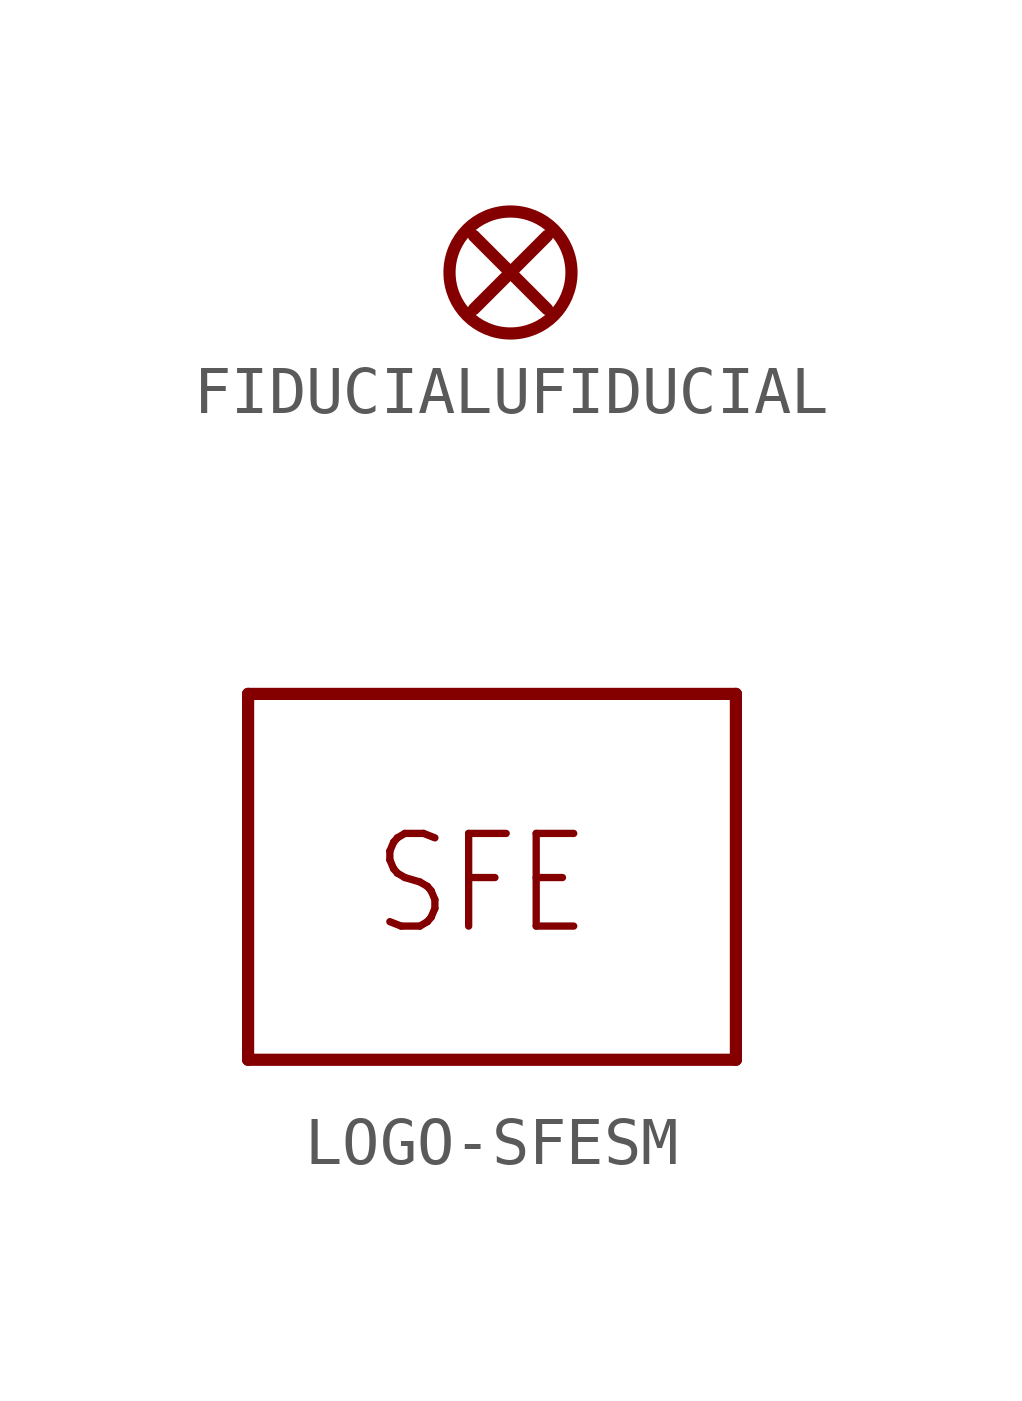
<source format=kicad_sym>
(kicad_symbol_lib
  (version 20231120)
  (generator "kicad_symbol_editor")
  (generator_version "8.0")
  (symbol "FIDUCIALUFIDUCIAL"
    (property "Reference" "JP"
      (at 0 0 0)
      (effects (font (size 1.27 1.27)) (hide yes)))
    (property "ki_locked" ""
      (at 0 0 0)
      (effects (font (size 1.27 1.27))))
    (symbol "FIDUCIALUFIDUCIAL_1_0"
      (polyline (pts (xy -0.762 0.762) (xy 0.762 -0.762)) (stroke (width 0.254) (type solid)) (fill (type none)))
      (polyline (pts (xy 0.762 0.762) (xy -0.762 -0.762)) (stroke (width 0.254) (type solid)) (fill (type none)))
      (circle (center 0 0) (radius 1.27) (stroke (width 0.254) (type solid)) (fill (type none)))))
  (symbol "LOGO-SFESM"
    (property "Reference" "JP"
      (at 0 0 0)
      (effects (font (size 1.27 1.27)) (hide yes)))
    (property "ki_locked" ""
      (at 0 0 0)
      (effects (font (size 1.27 1.27))))
    (symbol "LOGO-SFESM_1_0"
      (polyline (pts (xy -2.54 -2.54) (xy 7.62 -2.54)) (stroke (width 0.254) (type solid)) (fill (type none)))
      (polyline (pts (xy -2.54 5.08) (xy -2.54 -2.54)) (stroke (width 0.254) (type solid)) (fill (type none)))
      (polyline (pts (xy 7.62 -2.54) (xy 7.62 5.08)) (stroke (width 0.254) (type solid)) (fill (type none)))
      (polyline (pts (xy 7.62 5.08) (xy -2.54 5.08)) (stroke (width 0.254) (type solid)) (fill (type none)))
      (text "SFE" (at 0 0 0) (effects (font (size 1.93 1.641)) (justify left bottom))))))
</source>
